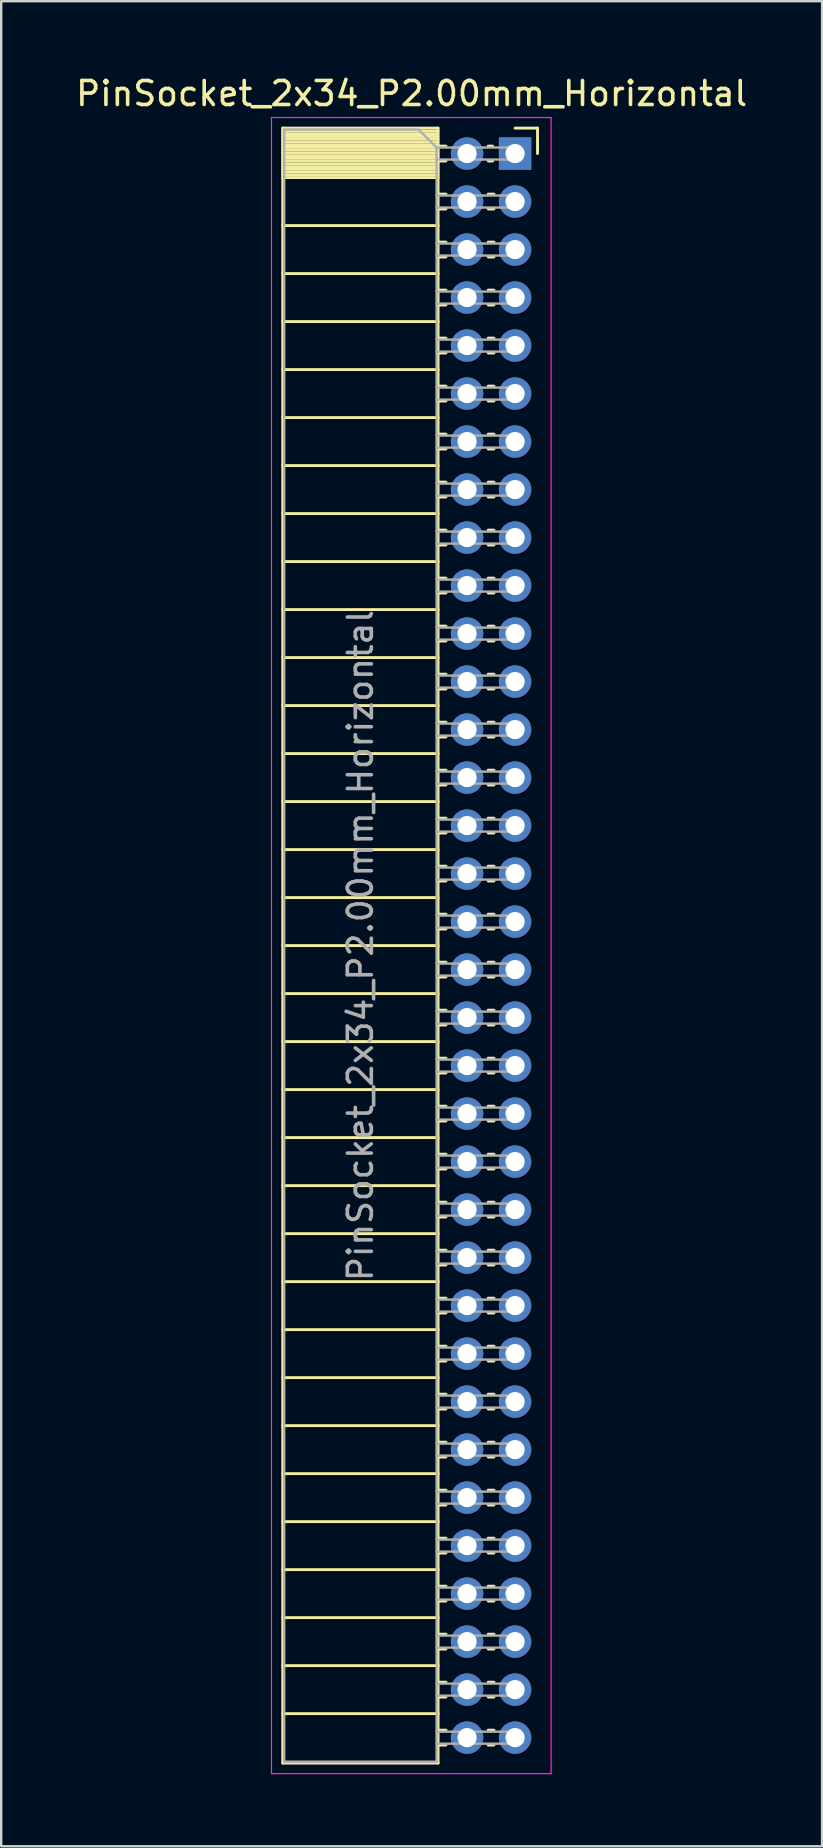
<source format=kicad_pcb>
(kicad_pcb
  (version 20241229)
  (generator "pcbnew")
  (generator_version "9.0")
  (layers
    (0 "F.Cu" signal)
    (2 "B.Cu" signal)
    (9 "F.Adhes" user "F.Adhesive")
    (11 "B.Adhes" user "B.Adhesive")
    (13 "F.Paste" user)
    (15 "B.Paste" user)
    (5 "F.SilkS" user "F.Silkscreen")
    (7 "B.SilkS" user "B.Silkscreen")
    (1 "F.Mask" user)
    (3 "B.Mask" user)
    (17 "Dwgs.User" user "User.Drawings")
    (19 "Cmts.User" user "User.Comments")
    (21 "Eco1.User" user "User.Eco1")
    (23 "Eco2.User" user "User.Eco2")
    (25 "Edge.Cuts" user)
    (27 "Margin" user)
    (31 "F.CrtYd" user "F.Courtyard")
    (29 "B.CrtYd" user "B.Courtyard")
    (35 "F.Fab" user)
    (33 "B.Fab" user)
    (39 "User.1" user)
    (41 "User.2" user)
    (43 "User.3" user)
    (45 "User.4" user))
  (footprint "PinSocket_2x34_P2.00mm_Horizontal"
    (layer "F.Cu")
    (at 18.411 3.348)
    (property "Reference" "PinSocket_2x34_P2.00mm_Horizontal" (at -4.31 -2.5 0) (layer "F.SilkS") (effects (font (size 1 1) (thickness 0.15))))
    (attr through_hole)
    (fp_line (start -9.68 -1.06) (end -9.68 67.06) (stroke (width 0.12) (type solid)) (layer "F.SilkS"))
    (fp_line (start -9.68 -1.06) (end -3.21 -1.06) (stroke (width 0.12) (type solid)) (layer "F.SilkS"))
    (fp_line (start -9.68 -0.94) (end -3.21 -0.94) (stroke (width 0.12) (type solid)) (layer "F.SilkS"))
    (fp_line (start -9.68 -0.826) (end -3.21 -0.826) (stroke (width 0.12) (type solid)) (layer "F.SilkS"))
    (fp_line (start -9.68 -0.712) (end -3.21 -0.712) (stroke (width 0.12) (type solid)) (layer "F.SilkS"))
    (fp_line (start -9.68 -0.598) (end -3.21 -0.598) (stroke (width 0.12) (type solid)) (layer "F.SilkS"))
    (fp_line (start -9.68 -0.484) (end -3.21 -0.484) (stroke (width 0.12) (type solid)) (layer "F.SilkS"))
    (fp_line (start -9.68 -0.369) (end -3.21 -0.369) (stroke (width 0.12) (type solid)) (layer "F.SilkS"))
    (fp_line (start -9.68 -0.255) (end -3.21 -0.255) (stroke (width 0.12) (type solid)) (layer "F.SilkS"))
    (fp_line (start -9.68 -0.141) (end -3.21 -0.141) (stroke (width 0.12) (type solid)) (layer "F.SilkS"))
    (fp_line (start -9.68 -0.027) (end -3.21 -0.027) (stroke (width 0.12) (type solid)) (layer "F.SilkS"))
    (fp_line (start -9.68 0.087) (end -3.21 0.087) (stroke (width 0.12) (type solid)) (layer "F.SilkS"))
    (fp_line (start -9.68 0.201) (end -3.21 0.201) (stroke (width 0.12) (type solid)) (layer "F.SilkS"))
    (fp_line (start -9.68 0.315) (end -3.21 0.315) (stroke (width 0.12) (type solid)) (layer "F.SilkS"))
    (fp_line (start -9.68 0.429) (end -3.21 0.429) (stroke (width 0.12) (type solid)) (layer "F.SilkS"))
    (fp_line (start -9.68 0.544) (end -3.21 0.544) (stroke (width 0.12) (type solid)) (layer "F.SilkS"))
    (fp_line (start -9.68 0.658) (end -3.21 0.658) (stroke (width 0.12) (type solid)) (layer "F.SilkS"))
    (fp_line (start -9.68 0.772) (end -3.21 0.772) (stroke (width 0.12) (type solid)) (layer "F.SilkS"))
    (fp_line (start -9.68 0.886) (end -3.21 0.886) (stroke (width 0.12) (type solid)) (layer "F.SilkS"))
    (fp_line (start -9.68 1) (end -3.21 1) (stroke (width 0.12) (type solid)) (layer "F.SilkS"))
    (fp_line (start -9.68 3) (end -3.21 3) (stroke (width 0.12) (type solid)) (layer "F.SilkS"))
    (fp_line (start -9.68 5) (end -3.21 5) (stroke (width 0.12) (type solid)) (layer "F.SilkS"))
    (fp_line (start -9.68 7) (end -3.21 7) (stroke (width 0.12) (type solid)) (layer "F.SilkS"))
    (fp_line (start -9.68 9) (end -3.21 9) (stroke (width 0.12) (type solid)) (layer "F.SilkS"))
    (fp_line (start -9.68 11) (end -3.21 11) (stroke (width 0.12) (type solid)) (layer "F.SilkS"))
    (fp_line (start -9.68 13) (end -3.21 13) (stroke (width 0.12) (type solid)) (layer "F.SilkS"))
    (fp_line (start -9.68 15) (end -3.21 15) (stroke (width 0.12) (type solid)) (layer "F.SilkS"))
    (fp_line (start -9.68 17) (end -3.21 17) (stroke (width 0.12) (type solid)) (layer "F.SilkS"))
    (fp_line (start -9.68 19) (end -3.21 19) (stroke (width 0.12) (type solid)) (layer "F.SilkS"))
    (fp_line (start -9.68 21) (end -3.21 21) (stroke (width 0.12) (type solid)) (layer "F.SilkS"))
    (fp_line (start -9.68 23) (end -3.21 23) (stroke (width 0.12) (type solid)) (layer "F.SilkS"))
    (fp_line (start -9.68 25) (end -3.21 25) (stroke (width 0.12) (type solid)) (layer "F.SilkS"))
    (fp_line (start -9.68 27) (end -3.21 27) (stroke (width 0.12) (type solid)) (layer "F.SilkS"))
    (fp_line (start -9.68 29) (end -3.21 29) (stroke (width 0.12) (type solid)) (layer "F.SilkS"))
    (fp_line (start -9.68 31) (end -3.21 31) (stroke (width 0.12) (type solid)) (layer "F.SilkS"))
    (fp_line (start -9.68 33) (end -3.21 33) (stroke (width 0.12) (type solid)) (layer "F.SilkS"))
    (fp_line (start -9.68 35) (end -3.21 35) (stroke (width 0.12) (type solid)) (layer "F.SilkS"))
    (fp_line (start -9.68 37) (end -3.21 37) (stroke (width 0.12) (type solid)) (layer "F.SilkS"))
    (fp_line (start -9.68 39) (end -3.21 39) (stroke (width 0.12) (type solid)) (layer "F.SilkS"))
    (fp_line (start -9.68 41) (end -3.21 41) (stroke (width 0.12) (type solid)) (layer "F.SilkS"))
    (fp_line (start -9.68 43) (end -3.21 43) (stroke (width 0.12) (type solid)) (layer "F.SilkS"))
    (fp_line (start -9.68 45) (end -3.21 45) (stroke (width 0.12) (type solid)) (layer "F.SilkS"))
    (fp_line (start -9.68 47) (end -3.21 47) (stroke (width 0.12) (type solid)) (layer "F.SilkS"))
    (fp_line (start -9.68 49) (end -3.21 49) (stroke (width 0.12) (type solid)) (layer "F.SilkS"))
    (fp_line (start -9.68 51) (end -3.21 51) (stroke (width 0.12) (type solid)) (layer "F.SilkS"))
    (fp_line (start -9.68 53) (end -3.21 53) (stroke (width 0.12) (type solid)) (layer "F.SilkS"))
    (fp_line (start -9.68 55) (end -3.21 55) (stroke (width 0.12) (type solid)) (layer "F.SilkS"))
    (fp_line (start -9.68 57) (end -3.21 57) (stroke (width 0.12) (type solid)) (layer "F.SilkS"))
    (fp_line (start -9.68 59) (end -3.21 59) (stroke (width 0.12) (type solid)) (layer "F.SilkS"))
    (fp_line (start -9.68 61) (end -3.21 61) (stroke (width 0.12) (type solid)) (layer "F.SilkS"))
    (fp_line (start -9.68 63) (end -3.21 63) (stroke (width 0.12) (type solid)) (layer "F.SilkS"))
    (fp_line (start -9.68 65) (end -3.21 65) (stroke (width 0.12) (type solid)) (layer "F.SilkS"))
    (fp_line (start -9.68 67.06) (end -3.21 67.06) (stroke (width 0.12) (type solid)) (layer "F.SilkS"))
    (fp_line (start -3.21 -1.06) (end -3.21 67.06) (stroke (width 0.12) (type solid)) (layer "F.SilkS"))
    (fp_line (start -3.21 -0.31) (end -2.882 -0.31) (stroke (width 0.12) (type solid)) (layer "F.SilkS"))
    (fp_line (start -3.21 0.31) (end -2.882 0.31) (stroke (width 0.12) (type solid)) (layer "F.SilkS"))
    (fp_line (start -3.21 1.69) (end -2.882 1.69) (stroke (width 0.12) (type solid)) (layer "F.SilkS"))
    (fp_line (start -3.21 2.31) (end -2.882 2.31) (stroke (width 0.12) (type solid)) (layer "F.SilkS"))
    (fp_line (start -3.21 3.69) (end -2.882 3.69) (stroke (width 0.12) (type solid)) (layer "F.SilkS"))
    (fp_line (start -3.21 4.31) (end -2.882 4.31) (stroke (width 0.12) (type solid)) (layer "F.SilkS"))
    (fp_line (start -3.21 5.69) (end -2.882 5.69) (stroke (width 0.12) (type solid)) (layer "F.SilkS"))
    (fp_line (start -3.21 6.31) (end -2.882 6.31) (stroke (width 0.12) (type solid)) (layer "F.SilkS"))
    (fp_line (start -3.21 7.69) (end -2.882 7.69) (stroke (width 0.12) (type solid)) (layer "F.SilkS"))
    (fp_line (start -3.21 8.31) (end -2.882 8.31) (stroke (width 0.12) (type solid)) (layer "F.SilkS"))
    (fp_line (start -3.21 9.69) (end -2.882 9.69) (stroke (width 0.12) (type solid)) (layer "F.SilkS"))
    (fp_line (start -3.21 10.31) (end -2.882 10.31) (stroke (width 0.12) (type solid)) (layer "F.SilkS"))
    (fp_line (start -3.21 11.69) (end -2.882 11.69) (stroke (width 0.12) (type solid)) (layer "F.SilkS"))
    (fp_line (start -3.21 12.31) (end -2.882 12.31) (stroke (width 0.12) (type solid)) (layer "F.SilkS"))
    (fp_line (start -3.21 13.69) (end -2.882 13.69) (stroke (width 0.12) (type solid)) (layer "F.SilkS"))
    (fp_line (start -3.21 14.31) (end -2.882 14.31) (stroke (width 0.12) (type solid)) (layer "F.SilkS"))
    (fp_line (start -3.21 15.69) (end -2.882 15.69) (stroke (width 0.12) (type solid)) (layer "F.SilkS"))
    (fp_line (start -3.21 16.31) (end -2.882 16.31) (stroke (width 0.12) (type solid)) (layer "F.SilkS"))
    (fp_line (start -3.21 17.69) (end -2.882 17.69) (stroke (width 0.12) (type solid)) (layer "F.SilkS"))
    (fp_line (start -3.21 18.31) (end -2.882 18.31) (stroke (width 0.12) (type solid)) (layer "F.SilkS"))
    (fp_line (start -3.21 19.69) (end -2.882 19.69) (stroke (width 0.12) (type solid)) (layer "F.SilkS"))
    (fp_line (start -3.21 20.31) (end -2.882 20.31) (stroke (width 0.12) (type solid)) (layer "F.SilkS"))
    (fp_line (start -3.21 21.69) (end -2.882 21.69) (stroke (width 0.12) (type solid)) (layer "F.SilkS"))
    (fp_line (start -3.21 22.31) (end -2.882 22.31) (stroke (width 0.12) (type solid)) (layer "F.SilkS"))
    (fp_line (start -3.21 23.69) (end -2.882 23.69) (stroke (width 0.12) (type solid)) (layer "F.SilkS"))
    (fp_line (start -3.21 24.31) (end -2.882 24.31) (stroke (width 0.12) (type solid)) (layer "F.SilkS"))
    (fp_line (start -3.21 25.69) (end -2.882 25.69) (stroke (width 0.12) (type solid)) (layer "F.SilkS"))
    (fp_line (start -3.21 26.31) (end -2.882 26.31) (stroke (width 0.12) (type solid)) (layer "F.SilkS"))
    (fp_line (start -3.21 27.69) (end -2.882 27.69) (stroke (width 0.12) (type solid)) (layer "F.SilkS"))
    (fp_line (start -3.21 28.31) (end -2.882 28.31) (stroke (width 0.12) (type solid)) (layer "F.SilkS"))
    (fp_line (start -3.21 29.69) (end -2.882 29.69) (stroke (width 0.12) (type solid)) (layer "F.SilkS"))
    (fp_line (start -3.21 30.31) (end -2.882 30.31) (stroke (width 0.12) (type solid)) (layer "F.SilkS"))
    (fp_line (start -3.21 31.69) (end -2.882 31.69) (stroke (width 0.12) (type solid)) (layer "F.SilkS"))
    (fp_line (start -3.21 32.31) (end -2.882 32.31) (stroke (width 0.12) (type solid)) (layer "F.SilkS"))
    (fp_line (start -3.21 33.69) (end -2.882 33.69) (stroke (width 0.12) (type solid)) (layer "F.SilkS"))
    (fp_line (start -3.21 34.31) (end -2.882 34.31) (stroke (width 0.12) (type solid)) (layer "F.SilkS"))
    (fp_line (start -3.21 35.69) (end -2.882 35.69) (stroke (width 0.12) (type solid)) (layer "F.SilkS"))
    (fp_line (start -3.21 36.31) (end -2.882 36.31) (stroke (width 0.12) (type solid)) (layer "F.SilkS"))
    (fp_line (start -3.21 37.69) (end -2.882 37.69) (stroke (width 0.12) (type solid)) (layer "F.SilkS"))
    (fp_line (start -3.21 38.31) (end -2.882 38.31) (stroke (width 0.12) (type solid)) (layer "F.SilkS"))
    (fp_line (start -3.21 39.69) (end -2.882 39.69) (stroke (width 0.12) (type solid)) (layer "F.SilkS"))
    (fp_line (start -3.21 40.31) (end -2.882 40.31) (stroke (width 0.12) (type solid)) (layer "F.SilkS"))
    (fp_line (start -3.21 41.69) (end -2.882 41.69) (stroke (width 0.12) (type solid)) (layer "F.SilkS"))
    (fp_line (start -3.21 42.31) (end -2.882 42.31) (stroke (width 0.12) (type solid)) (layer "F.SilkS"))
    (fp_line (start -3.21 43.69) (end -2.882 43.69) (stroke (width 0.12) (type solid)) (layer "F.SilkS"))
    (fp_line (start -3.21 44.31) (end -2.882 44.31) (stroke (width 0.12) (type solid)) (layer "F.SilkS"))
    (fp_line (start -3.21 45.69) (end -2.882 45.69) (stroke (width 0.12) (type solid)) (layer "F.SilkS"))
    (fp_line (start -3.21 46.31) (end -2.882 46.31) (stroke (width 0.12) (type solid)) (layer "F.SilkS"))
    (fp_line (start -3.21 47.69) (end -2.882 47.69) (stroke (width 0.12) (type solid)) (layer "F.SilkS"))
    (fp_line (start -3.21 48.31) (end -2.882 48.31) (stroke (width 0.12) (type solid)) (layer "F.SilkS"))
    (fp_line (start -3.21 49.69) (end -2.882 49.69) (stroke (width 0.12) (type solid)) (layer "F.SilkS"))
    (fp_line (start -3.21 50.31) (end -2.882 50.31) (stroke (width 0.12) (type solid)) (layer "F.SilkS"))
    (fp_line (start -3.21 51.69) (end -2.882 51.69) (stroke (width 0.12) (type solid)) (layer "F.SilkS"))
    (fp_line (start -3.21 52.31) (end -2.882 52.31) (stroke (width 0.12) (type solid)) (layer "F.SilkS"))
    (fp_line (start -3.21 53.69) (end -2.882 53.69) (stroke (width 0.12) (type solid)) (layer "F.SilkS"))
    (fp_line (start -3.21 54.31) (end -2.882 54.31) (stroke (width 0.12) (type solid)) (layer "F.SilkS"))
    (fp_line (start -3.21 55.69) (end -2.882 55.69) (stroke (width 0.12) (type solid)) (layer "F.SilkS"))
    (fp_line (start -3.21 56.31) (end -2.882 56.31) (stroke (width 0.12) (type solid)) (layer "F.SilkS"))
    (fp_line (start -3.21 57.69) (end -2.882 57.69) (stroke (width 0.12) (type solid)) (layer "F.SilkS"))
    (fp_line (start -3.21 58.31) (end -2.882 58.31) (stroke (width 0.12) (type solid)) (layer "F.SilkS"))
    (fp_line (start -3.21 59.69) (end -2.882 59.69) (stroke (width 0.12) (type solid)) (layer "F.SilkS"))
    (fp_line (start -3.21 60.31) (end -2.882 60.31) (stroke (width 0.12) (type solid)) (layer "F.SilkS"))
    (fp_line (start -3.21 61.69) (end -2.882 61.69) (stroke (width 0.12) (type solid)) (layer "F.SilkS"))
    (fp_line (start -3.21 62.31) (end -2.882 62.31) (stroke (width 0.12) (type solid)) (layer "F.SilkS"))
    (fp_line (start -3.21 63.69) (end -2.882 63.69) (stroke (width 0.12) (type solid)) (layer "F.SilkS"))
    (fp_line (start -3.21 64.31) (end -2.882 64.31) (stroke (width 0.12) (type solid)) (layer "F.SilkS"))
    (fp_line (start -3.21 65.69) (end -2.882 65.69) (stroke (width 0.12) (type solid)) (layer "F.SilkS"))
    (fp_line (start -3.21 66.31) (end -2.882 66.31) (stroke (width 0.12) (type solid)) (layer "F.SilkS"))
    (fp_line (start -1.118 -0.31) (end -0.935 -0.31) (stroke (width 0.12) (type solid)) (layer "F.SilkS"))
    (fp_line (start -1.118 0.31) (end -0.935 0.31) (stroke (width 0.12) (type solid)) (layer "F.SilkS"))
    (fp_line (start -1.118 1.69) (end -0.882 1.69) (stroke (width 0.12) (type solid)) (layer "F.SilkS"))
    (fp_line (start -1.118 2.31) (end -0.882 2.31) (stroke (width 0.12) (type solid)) (layer "F.SilkS"))
    (fp_line (start -1.118 3.69) (end -0.882 3.69) (stroke (width 0.12) (type solid)) (layer "F.SilkS"))
    (fp_line (start -1.118 4.31) (end -0.882 4.31) (stroke (width 0.12) (type solid)) (layer "F.SilkS"))
    (fp_line (start -1.118 5.69) (end -0.882 5.69) (stroke (width 0.12) (type solid)) (layer "F.SilkS"))
    (fp_line (start -1.118 6.31) (end -0.882 6.31) (stroke (width 0.12) (type solid)) (layer "F.SilkS"))
    (fp_line (start -1.118 7.69) (end -0.882 7.69) (stroke (width 0.12) (type solid)) (layer "F.SilkS"))
    (fp_line (start -1.118 8.31) (end -0.882 8.31) (stroke (width 0.12) (type solid)) (layer "F.SilkS"))
    (fp_line (start -1.118 9.69) (end -0.882 9.69) (stroke (width 0.12) (type solid)) (layer "F.SilkS"))
    (fp_line (start -1.118 10.31) (end -0.882 10.31) (stroke (width 0.12) (type solid)) (layer "F.SilkS"))
    (fp_line (start -1.118 11.69) (end -0.882 11.69) (stroke (width 0.12) (type solid)) (layer "F.SilkS"))
    (fp_line (start -1.118 12.31) (end -0.882 12.31) (stroke (width 0.12) (type solid)) (layer "F.SilkS"))
    (fp_line (start -1.118 13.69) (end -0.882 13.69) (stroke (width 0.12) (type solid)) (layer "F.SilkS"))
    (fp_line (start -1.118 14.31) (end -0.882 14.31) (stroke (width 0.12) (type solid)) (layer "F.SilkS"))
    (fp_line (start -1.118 15.69) (end -0.882 15.69) (stroke (width 0.12) (type solid)) (layer "F.SilkS"))
    (fp_line (start -1.118 16.31) (end -0.882 16.31) (stroke (width 0.12) (type solid)) (layer "F.SilkS"))
    (fp_line (start -1.118 17.69) (end -0.882 17.69) (stroke (width 0.12) (type solid)) (layer "F.SilkS"))
    (fp_line (start -1.118 18.31) (end -0.882 18.31) (stroke (width 0.12) (type solid)) (layer "F.SilkS"))
    (fp_line (start -1.118 19.69) (end -0.882 19.69) (stroke (width 0.12) (type solid)) (layer "F.SilkS"))
    (fp_line (start -1.118 20.31) (end -0.882 20.31) (stroke (width 0.12) (type solid)) (layer "F.SilkS"))
    (fp_line (start -1.118 21.69) (end -0.882 21.69) (stroke (width 0.12) (type solid)) (layer "F.SilkS"))
    (fp_line (start -1.118 22.31) (end -0.882 22.31) (stroke (width 0.12) (type solid)) (layer "F.SilkS"))
    (fp_line (start -1.118 23.69) (end -0.882 23.69) (stroke (width 0.12) (type solid)) (layer "F.SilkS"))
    (fp_line (start -1.118 24.31) (end -0.882 24.31) (stroke (width 0.12) (type solid)) (layer "F.SilkS"))
    (fp_line (start -1.118 25.69) (end -0.882 25.69) (stroke (width 0.12) (type solid)) (layer "F.SilkS"))
    (fp_line (start -1.118 26.31) (end -0.882 26.31) (stroke (width 0.12) (type solid)) (layer "F.SilkS"))
    (fp_line (start -1.118 27.69) (end -0.882 27.69) (stroke (width 0.12) (type solid)) (layer "F.SilkS"))
    (fp_line (start -1.118 28.31) (end -0.882 28.31) (stroke (width 0.12) (type solid)) (layer "F.SilkS"))
    (fp_line (start -1.118 29.69) (end -0.882 29.69) (stroke (width 0.12) (type solid)) (layer "F.SilkS"))
    (fp_line (start -1.118 30.31) (end -0.882 30.31) (stroke (width 0.12) (type solid)) (layer "F.SilkS"))
    (fp_line (start -1.118 31.69) (end -0.882 31.69) (stroke (width 0.12) (type solid)) (layer "F.SilkS"))
    (fp_line (start -1.118 32.31) (end -0.882 32.31) (stroke (width 0.12) (type solid)) (layer "F.SilkS"))
    (fp_line (start -1.118 33.69) (end -0.882 33.69) (stroke (width 0.12) (type solid)) (layer "F.SilkS"))
    (fp_line (start -1.118 34.31) (end -0.882 34.31) (stroke (width 0.12) (type solid)) (layer "F.SilkS"))
    (fp_line (start -1.118 35.69) (end -0.882 35.69) (stroke (width 0.12) (type solid)) (layer "F.SilkS"))
    (fp_line (start -1.118 36.31) (end -0.882 36.31) (stroke (width 0.12) (type solid)) (layer "F.SilkS"))
    (fp_line (start -1.118 37.69) (end -0.882 37.69) (stroke (width 0.12) (type solid)) (layer "F.SilkS"))
    (fp_line (start -1.118 38.31) (end -0.882 38.31) (stroke (width 0.12) (type solid)) (layer "F.SilkS"))
    (fp_line (start -1.118 39.69) (end -0.882 39.69) (stroke (width 0.12) (type solid)) (layer "F.SilkS"))
    (fp_line (start -1.118 40.31) (end -0.882 40.31) (stroke (width 0.12) (type solid)) (layer "F.SilkS"))
    (fp_line (start -1.118 41.69) (end -0.882 41.69) (stroke (width 0.12) (type solid)) (layer "F.SilkS"))
    (fp_line (start -1.118 42.31) (end -0.882 42.31) (stroke (width 0.12) (type solid)) (layer "F.SilkS"))
    (fp_line (start -1.118 43.69) (end -0.882 43.69) (stroke (width 0.12) (type solid)) (layer "F.SilkS"))
    (fp_line (start -1.118 44.31) (end -0.882 44.31) (stroke (width 0.12) (type solid)) (layer "F.SilkS"))
    (fp_line (start -1.118 45.69) (end -0.882 45.69) (stroke (width 0.12) (type solid)) (layer "F.SilkS"))
    (fp_line (start -1.118 46.31) (end -0.882 46.31) (stroke (width 0.12) (type solid)) (layer "F.SilkS"))
    (fp_line (start -1.118 47.69) (end -0.882 47.69) (stroke (width 0.12) (type solid)) (layer "F.SilkS"))
    (fp_line (start -1.118 48.31) (end -0.882 48.31) (stroke (width 0.12) (type solid)) (layer "F.SilkS"))
    (fp_line (start -1.118 49.69) (end -0.882 49.69) (stroke (width 0.12) (type solid)) (layer "F.SilkS"))
    (fp_line (start -1.118 50.31) (end -0.882 50.31) (stroke (width 0.12) (type solid)) (layer "F.SilkS"))
    (fp_line (start -1.118 51.69) (end -0.882 51.69) (stroke (width 0.12) (type solid)) (layer "F.SilkS"))
    (fp_line (start -1.118 52.31) (end -0.882 52.31) (stroke (width 0.12) (type solid)) (layer "F.SilkS"))
    (fp_line (start -1.118 53.69) (end -0.882 53.69) (stroke (width 0.12) (type solid)) (layer "F.SilkS"))
    (fp_line (start -1.118 54.31) (end -0.882 54.31) (stroke (width 0.12) (type solid)) (layer "F.SilkS"))
    (fp_line (start -1.118 55.69) (end -0.882 55.69) (stroke (width 0.12) (type solid)) (layer "F.SilkS"))
    (fp_line (start -1.118 56.31) (end -0.882 56.31) (stroke (width 0.12) (type solid)) (layer "F.SilkS"))
    (fp_line (start -1.118 57.69) (end -0.882 57.69) (stroke (width 0.12) (type solid)) (layer "F.SilkS"))
    (fp_line (start -1.118 58.31) (end -0.882 58.31) (stroke (width 0.12) (type solid)) (layer "F.SilkS"))
    (fp_line (start -1.118 59.69) (end -0.882 59.69) (stroke (width 0.12) (type solid)) (layer "F.SilkS"))
    (fp_line (start -1.118 60.31) (end -0.882 60.31) (stroke (width 0.12) (type solid)) (layer "F.SilkS"))
    (fp_line (start -1.118 61.69) (end -0.882 61.69) (stroke (width 0.12) (type solid)) (layer "F.SilkS"))
    (fp_line (start -1.118 62.31) (end -0.882 62.31) (stroke (width 0.12) (type solid)) (layer "F.SilkS"))
    (fp_line (start -1.118 63.69) (end -0.882 63.69) (stroke (width 0.12) (type solid)) (layer "F.SilkS"))
    (fp_line (start -1.118 64.31) (end -0.882 64.31) (stroke (width 0.12) (type solid)) (layer "F.SilkS"))
    (fp_line (start -1.118 65.69) (end -0.882 65.69) (stroke (width 0.12) (type solid)) (layer "F.SilkS"))
    (fp_line (start -1.118 66.31) (end -0.882 66.31) (stroke (width 0.12) (type solid)) (layer "F.SilkS"))
    (fp_line (start 0 -1.06) (end 0.935 -1.06) (stroke (width 0.12) (type solid)) (layer "F.SilkS"))
    (fp_line (start 0.935 -1.06) (end 0.935 0) (stroke (width 0.12) (type solid)) (layer "F.SilkS"))
    (fp_line (start -10.15 -1.5) (end -10.15 67.5) (stroke (width 0.05) (type solid)) (layer "F.CrtYd"))
    (fp_line (start -10.15 67.5) (end 1.5 67.5) (stroke (width 0.05) (type solid)) (layer "F.CrtYd"))
    (fp_line (start 1.5 -1.5) (end -10.15 -1.5) (stroke (width 0.05) (type solid)) (layer "F.CrtYd"))
    (fp_line (start 1.5 67.5) (end 1.5 -1.5) (stroke (width 0.05) (type solid)) (layer "F.CrtYd"))
    (fp_line (start -9.62 -1) (end -4.02 -1) (stroke (width 0.1) (type solid)) (layer "F.Fab"))
    (fp_line (start -9.62 67) (end -9.62 -1) (stroke (width 0.1) (type solid)) (layer "F.Fab"))
    (fp_line (start -4.02 -1) (end -3.27 -0.25) (stroke (width 0.1) (type solid)) (layer "F.Fab"))
    (fp_line (start -3.27 -0.25) (end -3.27 67) (stroke (width 0.1) (type solid)) (layer "F.Fab"))
    (fp_line (start -3.27 0.25) (end 0 0.25) (stroke (width 0.1) (type solid)) (layer "F.Fab"))
    (fp_line (start -3.27 2.25) (end 0 2.25) (stroke (width 0.1) (type solid)) (layer "F.Fab"))
    (fp_line (start -3.27 4.25) (end 0 4.25) (stroke (width 0.1) (type solid)) (layer "F.Fab"))
    (fp_line (start -3.27 6.25) (end 0 6.25) (stroke (width 0.1) (type solid)) (layer "F.Fab"))
    (fp_line (start -3.27 8.25) (end 0 8.25) (stroke (width 0.1) (type solid)) (layer "F.Fab"))
    (fp_line (start -3.27 10.25) (end 0 10.25) (stroke (width 0.1) (type solid)) (layer "F.Fab"))
    (fp_line (start -3.27 12.25) (end 0 12.25) (stroke (width 0.1) (type solid)) (layer "F.Fab"))
    (fp_line (start -3.27 14.25) (end 0 14.25) (stroke (width 0.1) (type solid)) (layer "F.Fab"))
    (fp_line (start -3.27 16.25) (end 0 16.25) (stroke (width 0.1) (type solid)) (layer "F.Fab"))
    (fp_line (start -3.27 18.25) (end 0 18.25) (stroke (width 0.1) (type solid)) (layer "F.Fab"))
    (fp_line (start -3.27 20.25) (end 0 20.25) (stroke (width 0.1) (type solid)) (layer "F.Fab"))
    (fp_line (start -3.27 22.25) (end 0 22.25) (stroke (width 0.1) (type solid)) (layer "F.Fab"))
    (fp_line (start -3.27 24.25) (end 0 24.25) (stroke (width 0.1) (type solid)) (layer "F.Fab"))
    (fp_line (start -3.27 26.25) (end 0 26.25) (stroke (width 0.1) (type solid)) (layer "F.Fab"))
    (fp_line (start -3.27 28.25) (end 0 28.25) (stroke (width 0.1) (type solid)) (layer "F.Fab"))
    (fp_line (start -3.27 30.25) (end 0 30.25) (stroke (width 0.1) (type solid)) (layer "F.Fab"))
    (fp_line (start -3.27 32.25) (end 0 32.25) (stroke (width 0.1) (type solid)) (layer "F.Fab"))
    (fp_line (start -3.27 34.25) (end 0 34.25) (stroke (width 0.1) (type solid)) (layer "F.Fab"))
    (fp_line (start -3.27 36.25) (end 0 36.25) (stroke (width 0.1) (type solid)) (layer "F.Fab"))
    (fp_line (start -3.27 38.25) (end 0 38.25) (stroke (width 0.1) (type solid)) (layer "F.Fab"))
    (fp_line (start -3.27 40.25) (end 0 40.25) (stroke (width 0.1) (type solid)) (layer "F.Fab"))
    (fp_line (start -3.27 42.25) (end 0 42.25) (stroke (width 0.1) (type solid)) (layer "F.Fab"))
    (fp_line (start -3.27 44.25) (end 0 44.25) (stroke (width 0.1) (type solid)) (layer "F.Fab"))
    (fp_line (start -3.27 46.25) (end 0 46.25) (stroke (width 0.1) (type solid)) (layer "F.Fab"))
    (fp_line (start -3.27 48.25) (end 0 48.25) (stroke (width 0.1) (type solid)) (layer "F.Fab"))
    (fp_line (start -3.27 50.25) (end 0 50.25) (stroke (width 0.1) (type solid)) (layer "F.Fab"))
    (fp_line (start -3.27 52.25) (end 0 52.25) (stroke (width 0.1) (type solid)) (layer "F.Fab"))
    (fp_line (start -3.27 54.25) (end 0 54.25) (stroke (width 0.1) (type solid)) (layer "F.Fab"))
    (fp_line (start -3.27 56.25) (end 0 56.25) (stroke (width 0.1) (type solid)) (layer "F.Fab"))
    (fp_line (start -3.27 58.25) (end 0 58.25) (stroke (width 0.1) (type solid)) (layer "F.Fab"))
    (fp_line (start -3.27 60.25) (end 0 60.25) (stroke (width 0.1) (type solid)) (layer "F.Fab"))
    (fp_line (start -3.27 62.25) (end 0 62.25) (stroke (width 0.1) (type solid)) (layer "F.Fab"))
    (fp_line (start -3.27 64.25) (end 0 64.25) (stroke (width 0.1) (type solid)) (layer "F.Fab"))
    (fp_line (start -3.27 66.25) (end 0 66.25) (stroke (width 0.1) (type solid)) (layer "F.Fab"))
    (fp_line (start -3.27 67) (end -9.62 67) (stroke (width 0.1) (type solid)) (layer "F.Fab"))
    (fp_line (start 0 -0.25) (end -3.27 -0.25) (stroke (width 0.1) (type solid)) (layer "F.Fab"))
    (fp_line (start 0 0.25) (end 0 -0.25) (stroke (width 0.1) (type solid)) (layer "F.Fab"))
    (fp_line (start 0 1.75) (end -3.27 1.75) (stroke (width 0.1) (type solid)) (layer "F.Fab"))
    (fp_line (start 0 2.25) (end 0 1.75) (stroke (width 0.1) (type solid)) (layer "F.Fab"))
    (fp_line (start 0 3.75) (end -3.27 3.75) (stroke (width 0.1) (type solid)) (layer "F.Fab"))
    (fp_line (start 0 4.25) (end 0 3.75) (stroke (width 0.1) (type solid)) (layer "F.Fab"))
    (fp_line (start 0 5.75) (end -3.27 5.75) (stroke (width 0.1) (type solid)) (layer "F.Fab"))
    (fp_line (start 0 6.25) (end 0 5.75) (stroke (width 0.1) (type solid)) (layer "F.Fab"))
    (fp_line (start 0 7.75) (end -3.27 7.75) (stroke (width 0.1) (type solid)) (layer "F.Fab"))
    (fp_line (start 0 8.25) (end 0 7.75) (stroke (width 0.1) (type solid)) (layer "F.Fab"))
    (fp_line (start 0 9.75) (end -3.27 9.75) (stroke (width 0.1) (type solid)) (layer "F.Fab"))
    (fp_line (start 0 10.25) (end 0 9.75) (stroke (width 0.1) (type solid)) (layer "F.Fab"))
    (fp_line (start 0 11.75) (end -3.27 11.75) (stroke (width 0.1) (type solid)) (layer "F.Fab"))
    (fp_line (start 0 12.25) (end 0 11.75) (stroke (width 0.1) (type solid)) (layer "F.Fab"))
    (fp_line (start 0 13.75) (end -3.27 13.75) (stroke (width 0.1) (type solid)) (layer "F.Fab"))
    (fp_line (start 0 14.25) (end 0 13.75) (stroke (width 0.1) (type solid)) (layer "F.Fab"))
    (fp_line (start 0 15.75) (end -3.27 15.75) (stroke (width 0.1) (type solid)) (layer "F.Fab"))
    (fp_line (start 0 16.25) (end 0 15.75) (stroke (width 0.1) (type solid)) (layer "F.Fab"))
    (fp_line (start 0 17.75) (end -3.27 17.75) (stroke (width 0.1) (type solid)) (layer "F.Fab"))
    (fp_line (start 0 18.25) (end 0 17.75) (stroke (width 0.1) (type solid)) (layer "F.Fab"))
    (fp_line (start 0 19.75) (end -3.27 19.75) (stroke (width 0.1) (type solid)) (layer "F.Fab"))
    (fp_line (start 0 20.25) (end 0 19.75) (stroke (width 0.1) (type solid)) (layer "F.Fab"))
    (fp_line (start 0 21.75) (end -3.27 21.75) (stroke (width 0.1) (type solid)) (layer "F.Fab"))
    (fp_line (start 0 22.25) (end 0 21.75) (stroke (width 0.1) (type solid)) (layer "F.Fab"))
    (fp_line (start 0 23.75) (end -3.27 23.75) (stroke (width 0.1) (type solid)) (layer "F.Fab"))
    (fp_line (start 0 24.25) (end 0 23.75) (stroke (width 0.1) (type solid)) (layer "F.Fab"))
    (fp_line (start 0 25.75) (end -3.27 25.75) (stroke (width 0.1) (type solid)) (layer "F.Fab"))
    (fp_line (start 0 26.25) (end 0 25.75) (stroke (width 0.1) (type solid)) (layer "F.Fab"))
    (fp_line (start 0 27.75) (end -3.27 27.75) (stroke (width 0.1) (type solid)) (layer "F.Fab"))
    (fp_line (start 0 28.25) (end 0 27.75) (stroke (width 0.1) (type solid)) (layer "F.Fab"))
    (fp_line (start 0 29.75) (end -3.27 29.75) (stroke (width 0.1) (type solid)) (layer "F.Fab"))
    (fp_line (start 0 30.25) (end 0 29.75) (stroke (width 0.1) (type solid)) (layer "F.Fab"))
    (fp_line (start 0 31.75) (end -3.27 31.75) (stroke (width 0.1) (type solid)) (layer "F.Fab"))
    (fp_line (start 0 32.25) (end 0 31.75) (stroke (width 0.1) (type solid)) (layer "F.Fab"))
    (fp_line (start 0 33.75) (end -3.27 33.75) (stroke (width 0.1) (type solid)) (layer "F.Fab"))
    (fp_line (start 0 34.25) (end 0 33.75) (stroke (width 0.1) (type solid)) (layer "F.Fab"))
    (fp_line (start 0 35.75) (end -3.27 35.75) (stroke (width 0.1) (type solid)) (layer "F.Fab"))
    (fp_line (start 0 36.25) (end 0 35.75) (stroke (width 0.1) (type solid)) (layer "F.Fab"))
    (fp_line (start 0 37.75) (end -3.27 37.75) (stroke (width 0.1) (type solid)) (layer "F.Fab"))
    (fp_line (start 0 38.25) (end 0 37.75) (stroke (width 0.1) (type solid)) (layer "F.Fab"))
    (fp_line (start 0 39.75) (end -3.27 39.75) (stroke (width 0.1) (type solid)) (layer "F.Fab"))
    (fp_line (start 0 40.25) (end 0 39.75) (stroke (width 0.1) (type solid)) (layer "F.Fab"))
    (fp_line (start 0 41.75) (end -3.27 41.75) (stroke (width 0.1) (type solid)) (layer "F.Fab"))
    (fp_line (start 0 42.25) (end 0 41.75) (stroke (width 0.1) (type solid)) (layer "F.Fab"))
    (fp_line (start 0 43.75) (end -3.27 43.75) (stroke (width 0.1) (type solid)) (layer "F.Fab"))
    (fp_line (start 0 44.25) (end 0 43.75) (stroke (width 0.1) (type solid)) (layer "F.Fab"))
    (fp_line (start 0 45.75) (end -3.27 45.75) (stroke (width 0.1) (type solid)) (layer "F.Fab"))
    (fp_line (start 0 46.25) (end 0 45.75) (stroke (width 0.1) (type solid)) (layer "F.Fab"))
    (fp_line (start 0 47.75) (end -3.27 47.75) (stroke (width 0.1) (type solid)) (layer "F.Fab"))
    (fp_line (start 0 48.25) (end 0 47.75) (stroke (width 0.1) (type solid)) (layer "F.Fab"))
    (fp_line (start 0 49.75) (end -3.27 49.75) (stroke (width 0.1) (type solid)) (layer "F.Fab"))
    (fp_line (start 0 50.25) (end 0 49.75) (stroke (width 0.1) (type solid)) (layer "F.Fab"))
    (fp_line (start 0 51.75) (end -3.27 51.75) (stroke (width 0.1) (type solid)) (layer "F.Fab"))
    (fp_line (start 0 52.25) (end 0 51.75) (stroke (width 0.1) (type solid)) (layer "F.Fab"))
    (fp_line (start 0 53.75) (end -3.27 53.75) (stroke (width 0.1) (type solid)) (layer "F.Fab"))
    (fp_line (start 0 54.25) (end 0 53.75) (stroke (width 0.1) (type solid)) (layer "F.Fab"))
    (fp_line (start 0 55.75) (end -3.27 55.75) (stroke (width 0.1) (type solid)) (layer "F.Fab"))
    (fp_line (start 0 56.25) (end 0 55.75) (stroke (width 0.1) (type solid)) (layer "F.Fab"))
    (fp_line (start 0 57.75) (end -3.27 57.75) (stroke (width 0.1) (type solid)) (layer "F.Fab"))
    (fp_line (start 0 58.25) (end 0 57.75) (stroke (width 0.1) (type solid)) (layer "F.Fab"))
    (fp_line (start 0 59.75) (end -3.27 59.75) (stroke (width 0.1) (type solid)) (layer "F.Fab"))
    (fp_line (start 0 60.25) (end 0 59.75) (stroke (width 0.1) (type solid)) (layer "F.Fab"))
    (fp_line (start 0 61.75) (end -3.27 61.75) (stroke (width 0.1) (type solid)) (layer "F.Fab"))
    (fp_line (start 0 62.25) (end 0 61.75) (stroke (width 0.1) (type solid)) (layer "F.Fab"))
    (fp_line (start 0 63.75) (end -3.27 63.75) (stroke (width 0.1) (type solid)) (layer "F.Fab"))
    (fp_line (start 0 64.25) (end 0 63.75) (stroke (width 0.1) (type solid)) (layer "F.Fab"))
    (fp_line (start 0 65.75) (end -3.27 65.75) (stroke (width 0.1) (type solid)) (layer "F.Fab"))
    (fp_line (start 0 66.25) (end 0 65.75) (stroke (width 0.1) (type solid)) (layer "F.Fab"))
    (fp_text user "${REFERENCE}" (at -6.445 33 90) (layer "F.Fab") (effects (font (size 1 1) (thickness 0.15))))
    (pad "1" thru_hole rect (at 0 0) (size 1.35 1.35) (drill 0.8) (layers "*.Cu" "*.Mask"))
    (pad "2" thru_hole oval (at -2 0) (size 1.35 1.35) (drill 0.8) (layers "*.Cu" "*.Mask"))
    (pad "3" thru_hole oval (at 0 2) (size 1.35 1.35) (drill 0.8) (layers "*.Cu" "*.Mask"))
    (pad "4" thru_hole oval (at -2 2) (size 1.35 1.35) (drill 0.8) (layers "*.Cu" "*.Mask"))
    (pad "5" thru_hole oval (at 0 4) (size 1.35 1.35) (drill 0.8) (layers "*.Cu" "*.Mask"))
    (pad "6" thru_hole oval (at -2 4) (size 1.35 1.35) (drill 0.8) (layers "*.Cu" "*.Mask"))
    (pad "7" thru_hole oval (at 0 6) (size 1.35 1.35) (drill 0.8) (layers "*.Cu" "*.Mask"))
    (pad "8" thru_hole oval (at -2 6) (size 1.35 1.35) (drill 0.8) (layers "*.Cu" "*.Mask"))
    (pad "9" thru_hole oval (at 0 8) (size 1.35 1.35) (drill 0.8) (layers "*.Cu" "*.Mask"))
    (pad "10" thru_hole oval (at -2 8) (size 1.35 1.35) (drill 0.8) (layers "*.Cu" "*.Mask"))
    (pad "11" thru_hole oval (at 0 10) (size 1.35 1.35) (drill 0.8) (layers "*.Cu" "*.Mask"))
    (pad "12" thru_hole oval (at -2 10) (size 1.35 1.35) (drill 0.8) (layers "*.Cu" "*.Mask"))
    (pad "13" thru_hole oval (at 0 12) (size 1.35 1.35) (drill 0.8) (layers "*.Cu" "*.Mask"))
    (pad "14" thru_hole oval (at -2 12) (size 1.35 1.35) (drill 0.8) (layers "*.Cu" "*.Mask"))
    (pad "15" thru_hole oval (at 0 14) (size 1.35 1.35) (drill 0.8) (layers "*.Cu" "*.Mask"))
    (pad "16" thru_hole oval (at -2 14) (size 1.35 1.35) (drill 0.8) (layers "*.Cu" "*.Mask"))
    (pad "17" thru_hole oval (at 0 16) (size 1.35 1.35) (drill 0.8) (layers "*.Cu" "*.Mask"))
    (pad "18" thru_hole oval (at -2 16) (size 1.35 1.35) (drill 0.8) (layers "*.Cu" "*.Mask"))
    (pad "19" thru_hole oval (at 0 18) (size 1.35 1.35) (drill 0.8) (layers "*.Cu" "*.Mask"))
    (pad "20" thru_hole oval (at -2 18) (size 1.35 1.35) (drill 0.8) (layers "*.Cu" "*.Mask"))
    (pad "21" thru_hole oval (at 0 20) (size 1.35 1.35) (drill 0.8) (layers "*.Cu" "*.Mask"))
    (pad "22" thru_hole oval (at -2 20) (size 1.35 1.35) (drill 0.8) (layers "*.Cu" "*.Mask"))
    (pad "23" thru_hole oval (at 0 22) (size 1.35 1.35) (drill 0.8) (layers "*.Cu" "*.Mask"))
    (pad "24" thru_hole oval (at -2 22) (size 1.35 1.35) (drill 0.8) (layers "*.Cu" "*.Mask"))
    (pad "25" thru_hole oval (at 0 24) (size 1.35 1.35) (drill 0.8) (layers "*.Cu" "*.Mask"))
    (pad "26" thru_hole oval (at -2 24) (size 1.35 1.35) (drill 0.8) (layers "*.Cu" "*.Mask"))
    (pad "27" thru_hole oval (at 0 26) (size 1.35 1.35) (drill 0.8) (layers "*.Cu" "*.Mask"))
    (pad "28" thru_hole oval (at -2 26) (size 1.35 1.35) (drill 0.8) (layers "*.Cu" "*.Mask"))
    (pad "29" thru_hole oval (at 0 28) (size 1.35 1.35) (drill 0.8) (layers "*.Cu" "*.Mask"))
    (pad "30" thru_hole oval (at -2 28) (size 1.35 1.35) (drill 0.8) (layers "*.Cu" "*.Mask"))
    (pad "31" thru_hole oval (at 0 30) (size 1.35 1.35) (drill 0.8) (layers "*.Cu" "*.Mask"))
    (pad "32" thru_hole oval (at -2 30) (size 1.35 1.35) (drill 0.8) (layers "*.Cu" "*.Mask"))
    (pad "33" thru_hole oval (at 0 32) (size 1.35 1.35) (drill 0.8) (layers "*.Cu" "*.Mask"))
    (pad "34" thru_hole oval (at -2 32) (size 1.35 1.35) (drill 0.8) (layers "*.Cu" "*.Mask"))
    (pad "35" thru_hole oval (at 0 34) (size 1.35 1.35) (drill 0.8) (layers "*.Cu" "*.Mask"))
    (pad "36" thru_hole oval (at -2 34) (size 1.35 1.35) (drill 0.8) (layers "*.Cu" "*.Mask"))
    (pad "37" thru_hole oval (at 0 36) (size 1.35 1.35) (drill 0.8) (layers "*.Cu" "*.Mask"))
    (pad "38" thru_hole oval (at -2 36) (size 1.35 1.35) (drill 0.8) (layers "*.Cu" "*.Mask"))
    (pad "39" thru_hole oval (at 0 38) (size 1.35 1.35) (drill 0.8) (layers "*.Cu" "*.Mask"))
    (pad "40" thru_hole oval (at -2 38) (size 1.35 1.35) (drill 0.8) (layers "*.Cu" "*.Mask"))
    (pad "41" thru_hole oval (at 0 40) (size 1.35 1.35) (drill 0.8) (layers "*.Cu" "*.Mask"))
    (pad "42" thru_hole oval (at -2 40) (size 1.35 1.35) (drill 0.8) (layers "*.Cu" "*.Mask"))
    (pad "43" thru_hole oval (at 0 42) (size 1.35 1.35) (drill 0.8) (layers "*.Cu" "*.Mask"))
    (pad "44" thru_hole oval (at -2 42) (size 1.35 1.35) (drill 0.8) (layers "*.Cu" "*.Mask"))
    (pad "45" thru_hole oval (at 0 44) (size 1.35 1.35) (drill 0.8) (layers "*.Cu" "*.Mask"))
    (pad "46" thru_hole oval (at -2 44) (size 1.35 1.35) (drill 0.8) (layers "*.Cu" "*.Mask"))
    (pad "47" thru_hole oval (at 0 46) (size 1.35 1.35) (drill 0.8) (layers "*.Cu" "*.Mask"))
    (pad "48" thru_hole oval (at -2 46) (size 1.35 1.35) (drill 0.8) (layers "*.Cu" "*.Mask"))
    (pad "49" thru_hole oval (at 0 48) (size 1.35 1.35) (drill 0.8) (layers "*.Cu" "*.Mask"))
    (pad "50" thru_hole oval (at -2 48) (size 1.35 1.35) (drill 0.8) (layers "*.Cu" "*.Mask"))
    (pad "51" thru_hole oval (at 0 50) (size 1.35 1.35) (drill 0.8) (layers "*.Cu" "*.Mask"))
    (pad "52" thru_hole oval (at -2 50) (size 1.35 1.35) (drill 0.8) (layers "*.Cu" "*.Mask"))
    (pad "53" thru_hole oval (at 0 52) (size 1.35 1.35) (drill 0.8) (layers "*.Cu" "*.Mask"))
    (pad "54" thru_hole oval (at -2 52) (size 1.35 1.35) (drill 0.8) (layers "*.Cu" "*.Mask"))
    (pad "55" thru_hole oval (at 0 54) (size 1.35 1.35) (drill 0.8) (layers "*.Cu" "*.Mask"))
    (pad "56" thru_hole oval (at -2 54) (size 1.35 1.35) (drill 0.8) (layers "*.Cu" "*.Mask"))
    (pad "57" thru_hole oval (at 0 56) (size 1.35 1.35) (drill 0.8) (layers "*.Cu" "*.Mask"))
    (pad "58" thru_hole oval (at -2 56) (size 1.35 1.35) (drill 0.8) (layers "*.Cu" "*.Mask"))
    (pad "59" thru_hole oval (at 0 58) (size 1.35 1.35) (drill 0.8) (layers "*.Cu" "*.Mask"))
    (pad "60" thru_hole oval (at -2 58) (size 1.35 1.35) (drill 0.8) (layers "*.Cu" "*.Mask"))
    (pad "61" thru_hole oval (at 0 60) (size 1.35 1.35) (drill 0.8) (layers "*.Cu" "*.Mask"))
    (pad "62" thru_hole oval (at -2 60) (size 1.35 1.35) (drill 0.8) (layers "*.Cu" "*.Mask"))
    (pad "63" thru_hole oval (at 0 62) (size 1.35 1.35) (drill 0.8) (layers "*.Cu" "*.Mask"))
    (pad "64" thru_hole oval (at -2 62) (size 1.35 1.35) (drill 0.8) (layers "*.Cu" "*.Mask"))
    (pad "65" thru_hole oval (at 0 64) (size 1.35 1.35) (drill 0.8) (layers "*.Cu" "*.Mask"))
    (pad "66" thru_hole oval (at -2 64) (size 1.35 1.35) (drill 0.8) (layers "*.Cu" "*.Mask"))
    (pad "67" thru_hole oval (at 0 66) (size 1.35 1.35) (drill 0.8) (layers "*.Cu" "*.Mask"))
    (pad "68" thru_hole oval (at -2 66) (size 1.35 1.35) (drill 0.8) (layers "*.Cu" "*.Mask")))
  (gr_rect
    (start -3 -3)
    (end 31.202 73.873)
    (stroke (width 0.1) (type default))
    (fill no)
    (layer "Edge.Cuts")))
</source>
